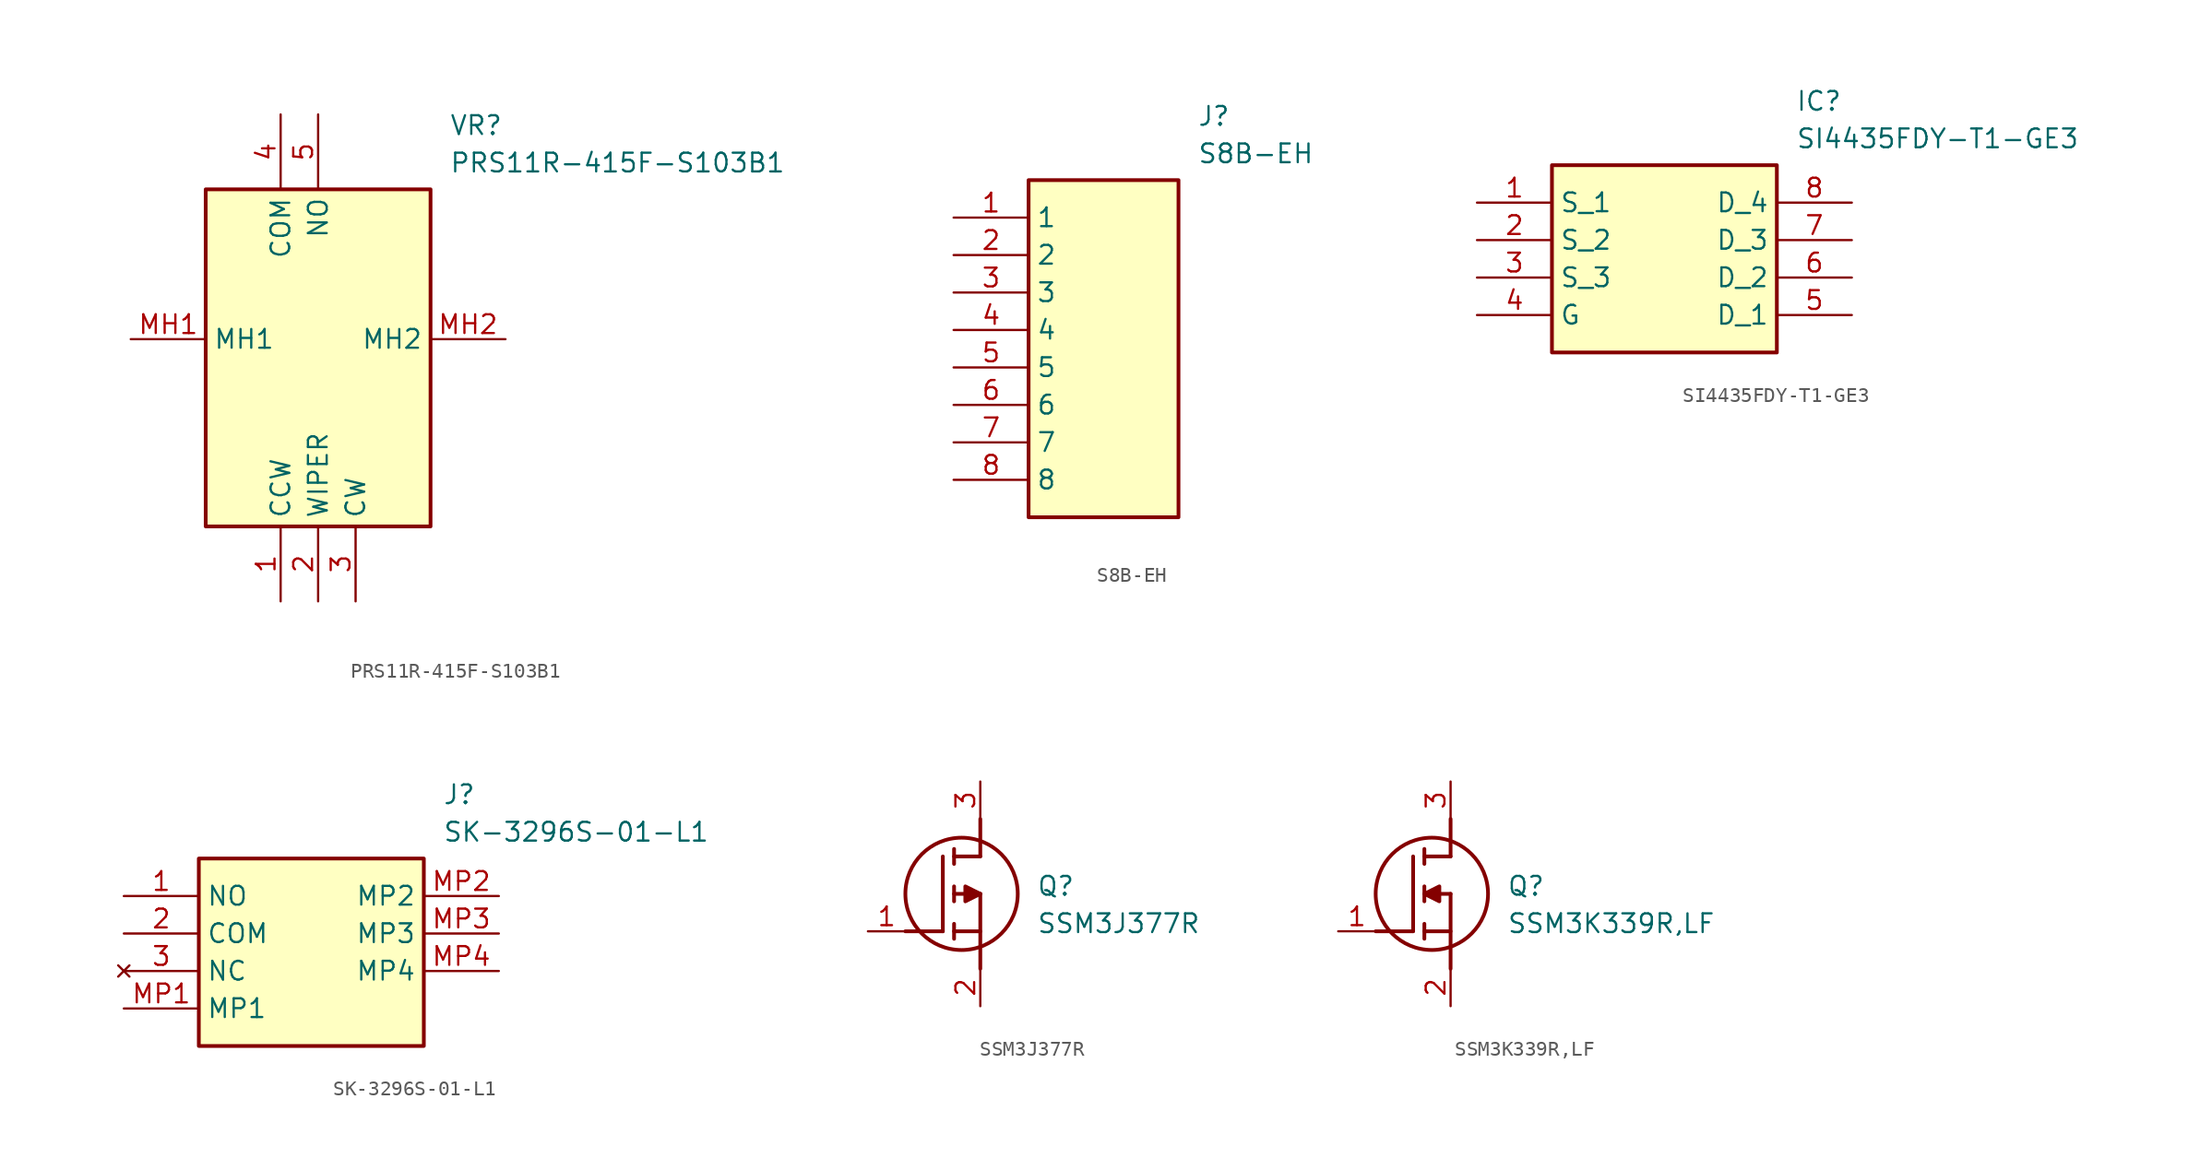
<source format=kicad_sym>
(kicad_symbol_lib
  (version 20231120)
  (generator "kicad_symbol_editor")
  (generator_version "8.0")
  (symbol "PRS11R-415F-S103B1"
    (property "Reference" "VR"
      (at 21.59 15.24 0)
      (effects (font (size 1.27 1.27)) (justify left top)))
    (property "Value" "PRS11R-415F-S103B1"
      (at 21.59 12.7 0)
      (effects (font (size 1.27 1.27)) (justify left top)))
    (symbol "PRS11R-415F-S103B1_1_1"
      (rectangle (start 5.08 10.16) (end 20.32 -12.7) (stroke (width 0.254) (type default)) (fill (type background)))
      (pin passive line (at 10.16 -17.78 90) (length 5.08) (name "CCW" (effects (font (size 1.27 1.27)))) (number "1" (effects (font (size 1.27 1.27)))))
      (pin passive line (at 12.7 -17.78 90) (length 5.08) (name "WIPER" (effects (font (size 1.27 1.27)))) (number "2" (effects (font (size 1.27 1.27)))))
      (pin passive line (at 15.24 -17.78 90) (length 5.08) (name "CW" (effects (font (size 1.27 1.27)))) (number "3" (effects (font (size 1.27 1.27)))))
      (pin passive line (at 10.16 15.24 270) (length 5.08) (name "COM" (effects (font (size 1.27 1.27)))) (number "4" (effects (font (size 1.27 1.27)))))
      (pin passive line (at 12.7 15.24 270) (length 5.08) (name "NO" (effects (font (size 1.27 1.27)))) (number "5" (effects (font (size 1.27 1.27)))))
      (pin passive line (at 0 0 0) (length 5.08) (name "MH1" (effects (font (size 1.27 1.27)))) (number "MH1" (effects (font (size 1.27 1.27)))))
      (pin passive line (at 25.4 0 180) (length 5.08) (name "MH2" (effects (font (size 1.27 1.27)))) (number "MH2" (effects (font (size 1.27 1.27)))))))
  (symbol "S8B-EH"
    (property "Reference" "J"
      (at 16.51 7.62 0)
      (effects (font (size 1.27 1.27)) (justify left top)))
    (property "Value" "S8B-EH"
      (at 16.51 5.08 0)
      (effects (font (size 1.27 1.27)) (justify left top)))
    (symbol "S8B-EH_1_1"
      (rectangle (start 5.08 2.54) (end 15.24 -20.32) (stroke (width 0.254) (type default)) (fill (type background)))
      (pin passive line (at 0 0 0) (length 5.08) (name "1" (effects (font (size 1.27 1.27)))) (number "1" (effects (font (size 1.27 1.27)))))
      (pin passive line (at 0 -2.54 0) (length 5.08) (name "2" (effects (font (size 1.27 1.27)))) (number "2" (effects (font (size 1.27 1.27)))))
      (pin passive line (at 0 -5.08 0) (length 5.08) (name "3" (effects (font (size 1.27 1.27)))) (number "3" (effects (font (size 1.27 1.27)))))
      (pin passive line (at 0 -7.62 0) (length 5.08) (name "4" (effects (font (size 1.27 1.27)))) (number "4" (effects (font (size 1.27 1.27)))))
      (pin passive line (at 0 -10.16 0) (length 5.08) (name "5" (effects (font (size 1.27 1.27)))) (number "5" (effects (font (size 1.27 1.27)))))
      (pin passive line (at 0 -12.7 0) (length 5.08) (name "6" (effects (font (size 1.27 1.27)))) (number "6" (effects (font (size 1.27 1.27)))))
      (pin passive line (at 0 -15.24 0) (length 5.08) (name "7" (effects (font (size 1.27 1.27)))) (number "7" (effects (font (size 1.27 1.27)))))
      (pin passive line (at 0 -17.78 0) (length 5.08) (name "8" (effects (font (size 1.27 1.27)))) (number "8" (effects (font (size 1.27 1.27)))))))
  (symbol "SI4435FDY-T1-GE3"
    (property "Reference" "IC"
      (at 21.59 7.62 0)
      (effects (font (size 1.27 1.27)) (justify left top)))
    (property "Value" "SI4435FDY-T1-GE3"
      (at 21.59 5.08 0)
      (effects (font (size 1.27 1.27)) (justify left top)))
    (symbol "SI4435FDY-T1-GE3_1_1"
      (rectangle (start 5.08 2.54) (end 20.32 -10.16) (stroke (width 0.254) (type default)) (fill (type background)))
      (pin passive line (at 0 0 0) (length 5.08) (name "S_1" (effects (font (size 1.27 1.27)))) (number "1" (effects (font (size 1.27 1.27)))))
      (pin passive line (at 0 -2.54 0) (length 5.08) (name "S_2" (effects (font (size 1.27 1.27)))) (number "2" (effects (font (size 1.27 1.27)))))
      (pin passive line (at 0 -5.08 0) (length 5.08) (name "S_3" (effects (font (size 1.27 1.27)))) (number "3" (effects (font (size 1.27 1.27)))))
      (pin passive line (at 0 -7.62 0) (length 5.08) (name "G" (effects (font (size 1.27 1.27)))) (number "4" (effects (font (size 1.27 1.27)))))
      (pin passive line (at 25.4 -7.62 180) (length 5.08) (name "D_1" (effects (font (size 1.27 1.27)))) (number "5" (effects (font (size 1.27 1.27)))))
      (pin passive line (at 25.4 -5.08 180) (length 5.08) (name "D_2" (effects (font (size 1.27 1.27)))) (number "6" (effects (font (size 1.27 1.27)))))
      (pin passive line (at 25.4 -2.54 180) (length 5.08) (name "D_3" (effects (font (size 1.27 1.27)))) (number "7" (effects (font (size 1.27 1.27)))))
      (pin passive line (at 25.4 0 180) (length 5.08) (name "D_4" (effects (font (size 1.27 1.27)))) (number "8" (effects (font (size 1.27 1.27)))))))
  (symbol "SK-3296S-01-L1"
    (property "Reference" "J"
      (at 21.59 7.62 0)
      (effects (font (size 1.27 1.27)) (justify left top)))
    (property "Value" "SK-3296S-01-L1"
      (at 21.59 5.08 0)
      (effects (font (size 1.27 1.27)) (justify left top)))
    (symbol "SK-3296S-01-L1_1_1"
      (rectangle (start 5.08 2.54) (end 20.32 -10.16) (stroke (width 0.254) (type default)) (fill (type background)))
      (pin passive line (at 0 0 0) (length 5.08) (name "NO" (effects (font (size 1.27 1.27)))) (number "1" (effects (font (size 1.27 1.27)))))
      (pin passive line (at 0 -2.54 0) (length 5.08) (name "COM" (effects (font (size 1.27 1.27)))) (number "2" (effects (font (size 1.27 1.27)))))
      (pin no_connect line (at 0 -5.08 0) (length 5.08) (name "NC" (effects (font (size 1.27 1.27)))) (number "3" (effects (font (size 1.27 1.27)))))
      (pin passive line (at 0 -7.62 0) (length 5.08) (name "MP1" (effects (font (size 1.27 1.27)))) (number "MP1" (effects (font (size 1.27 1.27)))))
      (pin passive line (at 25.4 0 180) (length 5.08) (name "MP2" (effects (font (size 1.27 1.27)))) (number "MP2" (effects (font (size 1.27 1.27)))))
      (pin passive line (at 25.4 -2.54 180) (length 5.08) (name "MP3" (effects (font (size 1.27 1.27)))) (number "MP3" (effects (font (size 1.27 1.27)))))
      (pin passive line (at 25.4 -5.08 180) (length 5.08) (name "MP4" (effects (font (size 1.27 1.27)))) (number "MP4" (effects (font (size 1.27 1.27)))))))
  (symbol "SSM3J377R"
    (pin_names hide)
    (property "Reference" "Q"
      (at 11.43 3.81 0)
      (effects (font (size 1.27 1.27)) (justify left top)))
    (property "Value" "SSM3J377R"
      (at 11.43 1.27 0)
      (effects (font (size 1.27 1.27)) (justify left top)))
    (symbol "SSM3J377R_1_1"
      (polyline (pts (xy 2.54 0) (xy 5.08 0)) (stroke (width 0.254) (type default)) (fill (type none)))
      (polyline (pts (xy 5.08 5.08) (xy 5.08 0)) (stroke (width 0.254) (type default)) (fill (type none)))
      (polyline (pts (xy 5.842 -0.508) (xy 5.842 0.508)) (stroke (width 0.254) (type default)) (fill (type none)))
      (polyline (pts (xy 5.842 0) (xy 7.62 0)) (stroke (width 0.254) (type default)) (fill (type none)))
      (polyline (pts (xy 5.842 2.032) (xy 5.842 3.048)) (stroke (width 0.254) (type default)) (fill (type none)))
      (polyline (pts (xy 5.842 5.588) (xy 5.842 4.572)) (stroke (width 0.254) (type default)) (fill (type none)))
      (polyline (pts (xy 7.62 2.54) (xy 5.842 2.54)) (stroke (width 0.254) (type default)) (fill (type none)))
      (polyline (pts (xy 7.62 2.54) (xy 7.62 -2.54)) (stroke (width 0.254) (type default)) (fill (type none)))
      (polyline (pts (xy 7.62 5.08) (xy 5.842 5.08)) (stroke (width 0.254) (type default)) (fill (type none)))
      (polyline (pts (xy 7.62 5.08) (xy 7.62 7.62)) (stroke (width 0.254) (type default)) (fill (type none)))
      (polyline (pts (xy 7.62 2.54) (xy 6.604 3.048) (xy 6.604 2.032) (xy 7.62 2.54)) (stroke (width 0.254) (type default)) (fill (type outline)))
      (circle (center 6.35 2.54) (radius 3.81) (stroke (width 0.254) (type default)) (fill (type none)))
      (pin passive line (at 0 0 0) (length 2.54) (name "G" (effects (font (size 1.27 1.27)))) (number "1" (effects (font (size 1.27 1.27)))))
      (pin passive line (at 7.62 -5.08 90) (length 2.54) (name "S" (effects (font (size 1.27 1.27)))) (number "2" (effects (font (size 1.27 1.27)))))
      (pin passive line (at 7.62 10.16 270) (length 2.54) (name "D" (effects (font (size 1.27 1.27)))) (number "3" (effects (font (size 1.27 1.27)))))))
  (symbol "SSM3K339R,LF"
    (pin_names hide)
    (property "Reference" "Q"
      (at 11.43 3.81 0)
      (effects (font (size 1.27 1.27)) (justify left top)))
    (property "Value" "SSM3K339R,LF"
      (at 11.43 1.27 0)
      (effects (font (size 1.27 1.27)) (justify left top)))
    (polyline
      (pts (xy 7.62 2.54) (xy 7.62 -2.54))
      (stroke (width 0.254) (type default))
      (fill (type none)))
    (polyline
      (pts (xy 7.62 5.08) (xy 7.62 7.62))
      (stroke (width 0.254) (type default))
      (fill (type none)))
    (polyline
      (pts (xy 2.54 0) (xy 5.08 0))
      (stroke (width 0.254) (type default))
      (fill (type none)))
    (polyline
      (pts (xy 5.08 5.08) (xy 5.08 0))
      (stroke (width 0.254) (type default))
      (fill (type none)))
    (polyline
      (pts (xy 7.62 2.54) (xy 5.842 2.54))
      (stroke (width 0.254) (type default))
      (fill (type none)))
    (polyline
      (pts (xy 7.62 5.08) (xy 5.842 5.08))
      (stroke (width 0.254) (type default))
      (fill (type none)))
    (polyline
      (pts (xy 5.842 0) (xy 7.62 0))
      (stroke (width 0.254) (type default))
      (fill (type none)))
    (polyline
      (pts (xy 5.842 5.588) (xy 5.842 4.572))
      (stroke (width 0.254) (type default))
      (fill (type none)))
    (polyline
      (pts (xy 5.842 -0.508) (xy 5.842 0.508))
      (stroke (width 0.254) (type default))
      (fill (type none)))
    (polyline
      (pts (xy 5.842 2.032) (xy 5.842 3.048))
      (stroke (width 0.254) (type default))
      (fill (type none)))
    (circle
      (center 6.35 2.54)
      (radius 3.81)
      (stroke (width 0.254) (type default))
      (fill (type none)))
    (polyline
      (pts (xy 5.842 2.54) (xy 6.858 3.048) (xy 6.858 2.032) (xy 5.842 2.54))
      (stroke (width 0.254) (type default))
      (fill (type outline)))
    (pin passive line
      (at 0 0 0)
      (length 2.54)
      (name "G" (effects (font (size 1.27 1.27))))
      (number "1" (effects (font (size 1.27 1.27)))))
    (pin passive line
      (at 7.62 10.16 270)
      (length 2.54)
      (name "D" (effects (font (size 1.27 1.27))))
      (number "3" (effects (font (size 1.27 1.27)))))
    (pin passive line
      (at 7.62 -5.08 90)
      (length 2.54)
      (name "S" (effects (font (size 1.27 1.27))))
      (number "2" (effects (font (size 1.27 1.27)))))))
</source>
